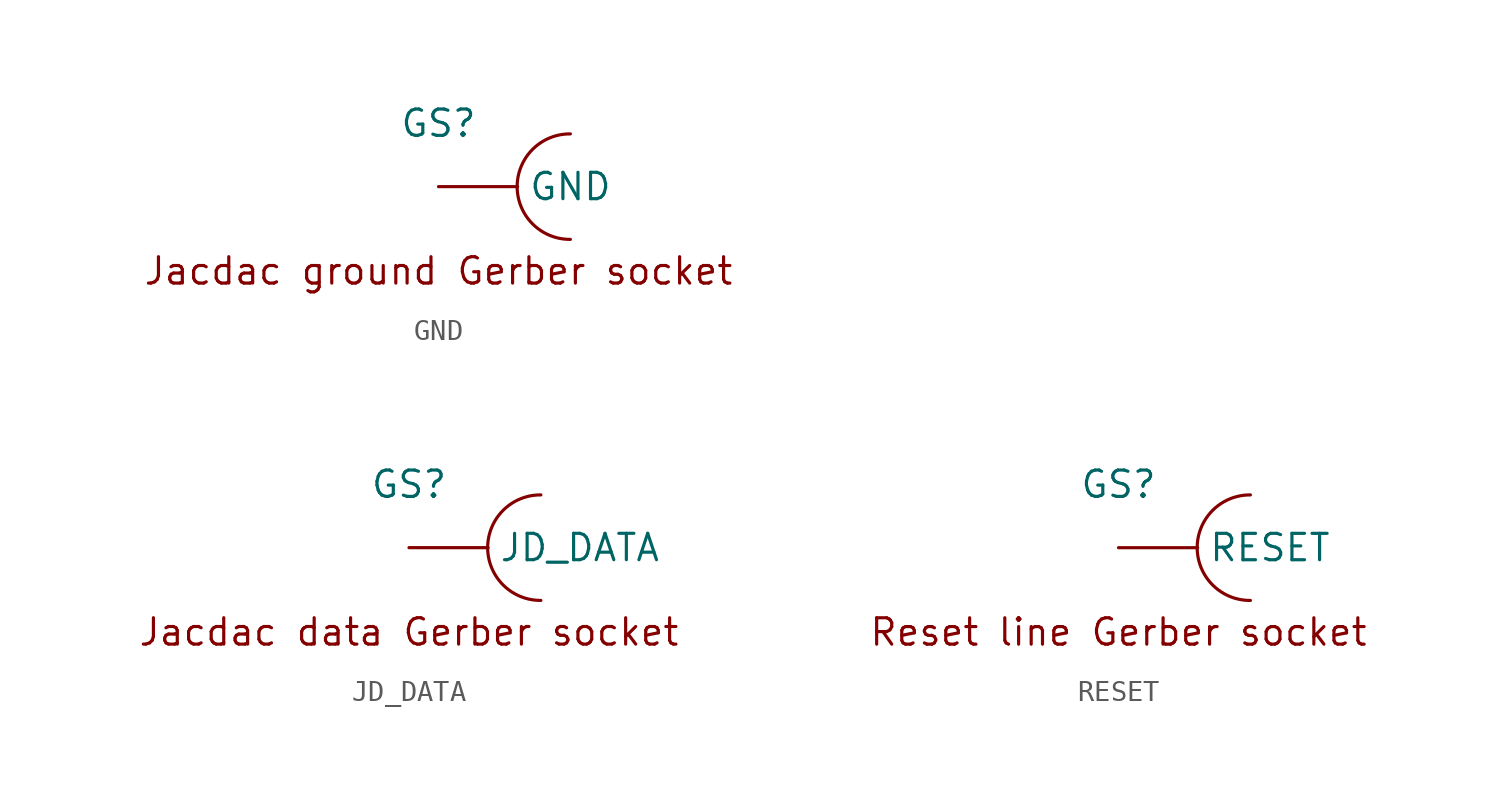
<source format=kicad_sym>
(kicad_symbol_lib
  (version 20241209)
  (generator "kicad_symbol_editor")
  (generator_version "9.0")
  (symbol "GND"
    (pin_numbers
      (hide yes))
    (property "Reference" "GS"
      (at 0 3.048 0)
      (effects (font (size 1.27 1.27))))
    (symbol "GND_0_1"
      (arc (start 6.35 -2.54) (mid 3.7874 0) (end 6.35 2.54) (stroke (width 0) (type default)) (fill (type none))))
    (symbol "GND_1_1"
      (text "Jacdac ground Gerber socket" (at 0 -4.064 0) (effects (font (size 1.27 1.27))))
      (pin bidirectional line (at 0 0 0) (length 3.81) (name "GND" (effects (font (size 1.27 1.27)))) (number "1" (effects (font (size 1.27 1.27)))))))
  (symbol "JD_DATA"
    (pin_numbers
      (hide yes))
    (property "Reference" "GS"
      (at 0 3.048 0)
      (effects (font (size 1.27 1.27))))
    (symbol "JD_DATA_0_1"
      (arc (start 6.35 -2.54) (mid 3.7874 0) (end 6.35 2.54) (stroke (width 0) (type default)) (fill (type none))))
    (symbol "JD_DATA_1_1"
      (text "Jacdac data Gerber socket" (at 0 -4.064 0) (effects (font (size 1.27 1.27))))
      (pin bidirectional line (at 0 0 0) (length 3.81) (name "JD_DATA" (effects (font (size 1.27 1.27)))) (number "1" (effects (font (size 1.27 1.27)))))))
  (symbol "RESET"
    (pin_numbers
      (hide yes))
    (property "Reference" "GS"
      (at 0 3.048 0)
      (effects (font (size 1.27 1.27))))
    (symbol "RESET_0_1"
      (arc (start 6.35 -2.54) (mid 3.7874 0) (end 6.35 2.54) (stroke (width 0) (type default)) (fill (type none))))
    (symbol "RESET_1_1"
      (text "Reset line Gerber socket\n" (at 0 -4.064 0) (effects (font (size 1.27 1.27))))
      (pin bidirectional line (at 0 0 0) (length 3.81) (name "RESET" (effects (font (size 1.27 1.27)))) (number "1" (effects (font (size 1.27 1.27))))))))
</source>
